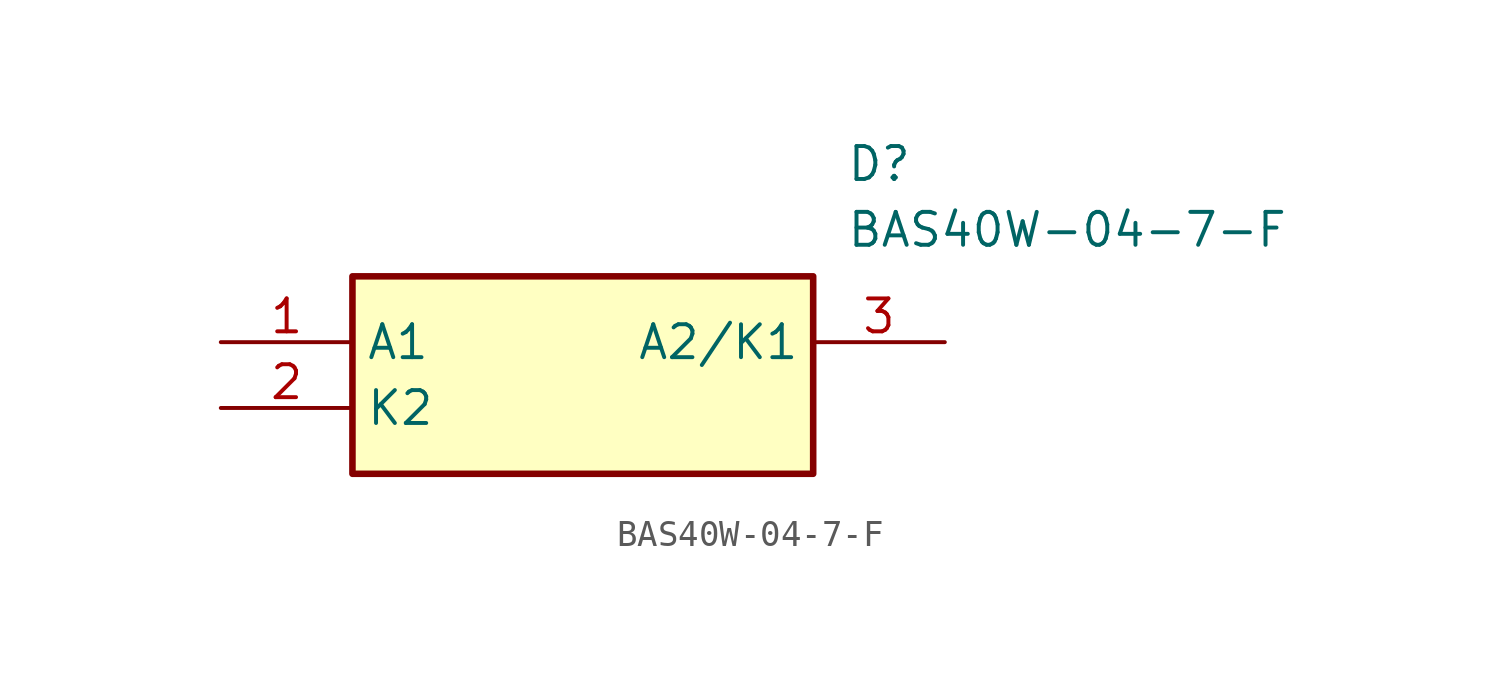
<source format=kicad_sym>
(kicad_symbol_lib
  (version 20211014)
  (generator SamacSys_ECAD_Model)
  (symbol "BAS40W-04-7-F"
    (property "Reference" "D"
      (at 24.13 7.62 0)
      (effects (font (size 1.27 1.27)) (justify left top)))
    (property "Value" "BAS40W-04-7-F"
      (at 24.13 5.08 0)
      (effects (font (size 1.27 1.27)) (justify left top)))
    (rectangle
      (start 5.08 2.54)
      (end 22.86 -5.08)
      (stroke (width 0.254) (type default))
      (fill (type background)))
    (pin passive line
      (at 0 0 0)
      (length 5.08)
      (name "A1" (effects (font (size 1.27 1.27))))
      (number "1" (effects (font (size 1.27 1.27)))))
    (pin passive line
      (at 0 -2.54 0)
      (length 5.08)
      (name "K2" (effects (font (size 1.27 1.27))))
      (number "2" (effects (font (size 1.27 1.27)))))
    (pin passive line
      (at 27.94 0 180)
      (length 5.08)
      (name "A2/K1" (effects (font (size 1.27 1.27))))
      (number "3" (effects (font (size 1.27 1.27)))))))
</source>
